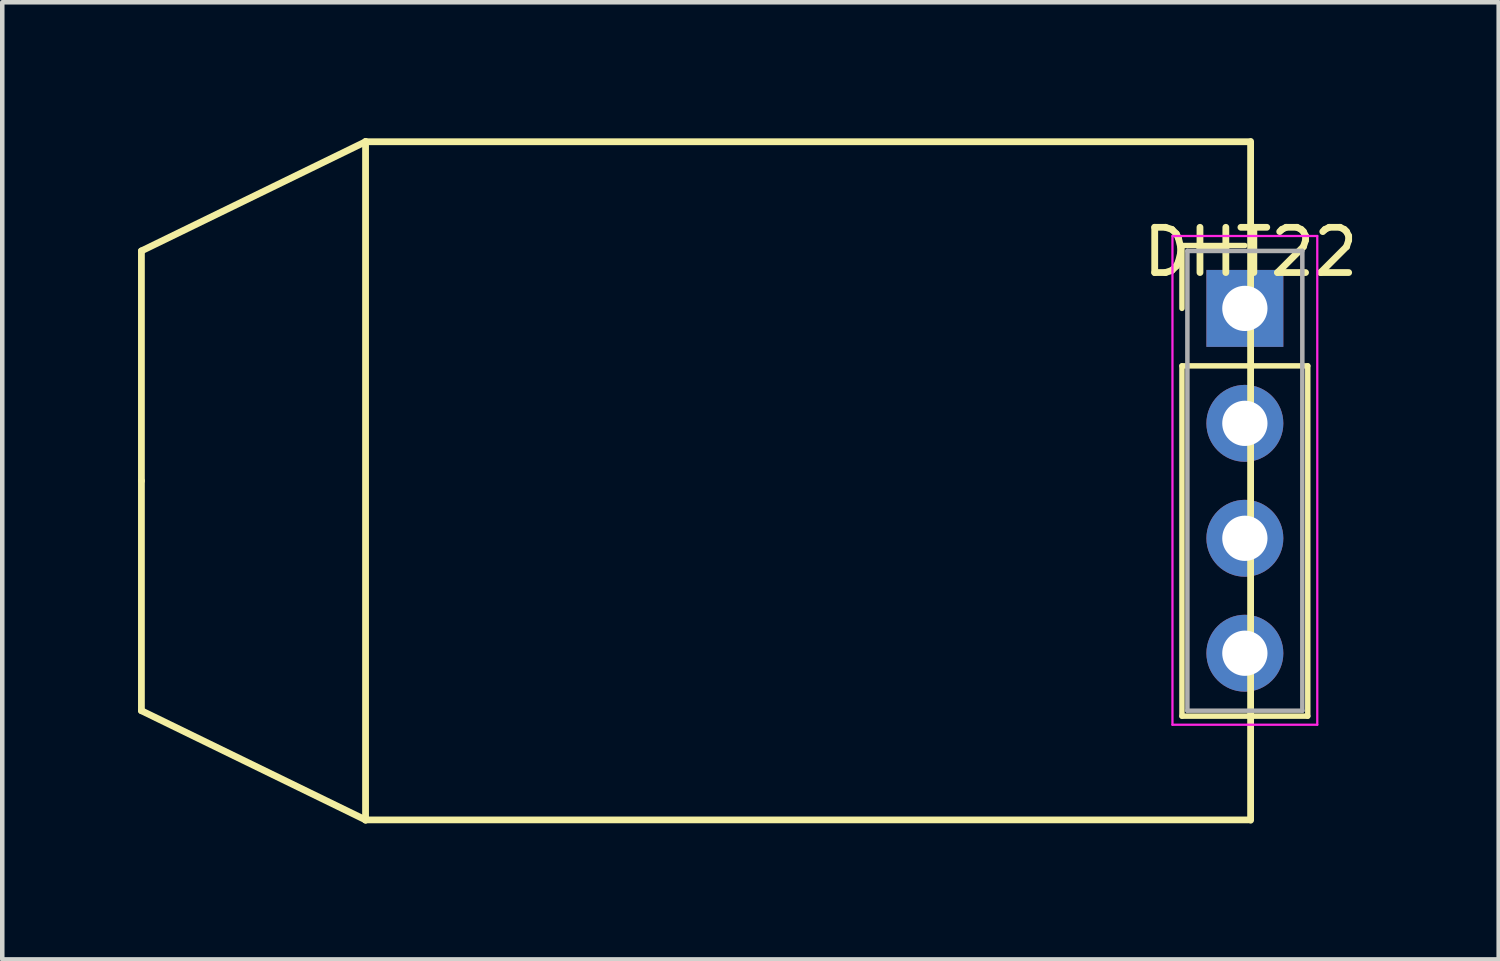
<source format=kicad_pcb>
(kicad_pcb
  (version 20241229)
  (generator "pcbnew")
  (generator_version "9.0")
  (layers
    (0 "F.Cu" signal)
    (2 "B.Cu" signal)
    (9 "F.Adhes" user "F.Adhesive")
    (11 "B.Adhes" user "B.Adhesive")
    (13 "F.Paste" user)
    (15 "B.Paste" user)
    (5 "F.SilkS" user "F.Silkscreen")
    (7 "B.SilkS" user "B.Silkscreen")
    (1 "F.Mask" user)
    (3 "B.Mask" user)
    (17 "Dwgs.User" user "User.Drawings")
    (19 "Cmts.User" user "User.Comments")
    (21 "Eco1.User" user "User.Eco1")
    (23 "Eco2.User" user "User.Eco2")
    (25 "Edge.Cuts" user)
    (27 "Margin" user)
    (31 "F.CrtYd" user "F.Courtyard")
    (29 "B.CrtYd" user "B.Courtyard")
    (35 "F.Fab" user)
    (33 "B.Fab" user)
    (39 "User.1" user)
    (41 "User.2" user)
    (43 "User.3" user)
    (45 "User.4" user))
  (footprint "DHT22"
    (layer "F.Cu")
    (at 26.364 7.575)
    (property "Reference" "DHT22" (at -1.778 -5.057 0) (layer "F.SilkS") (effects (font (size 1 1) (thickness 0.15))))
    (attr through_hole)
    (fp_line (start -26.289 -5.08) (end -21.336 -7.493) (stroke (width 0.15) (type solid)) (layer "F.SilkS"))
    (fp_line (start -26.289 0) (end -26.289 -5.08) (stroke (width 0.15) (type solid)) (layer "F.SilkS"))
    (fp_line (start -26.289 0) (end -26.289 5.08) (stroke (width 0.15) (type solid)) (layer "F.SilkS"))
    (fp_line (start -26.289 5.08) (end -21.336 7.493) (stroke (width 0.15) (type solid)) (layer "F.SilkS"))
    (fp_line (start -21.336 -7.5) (end -21.336 7.5) (stroke (width 0.15) (type solid)) (layer "F.SilkS"))
    (fp_line (start -21.336 -7.493) (end -1.836 -7.493) (stroke (width 0.15) (type solid)) (layer "F.SilkS"))
    (fp_line (start -21.336 7.493) (end -1.836 7.493) (stroke (width 0.15) (type solid)) (layer "F.SilkS"))
    (fp_line (start -3.295 -5.2) (end -1.905 -5.2) (stroke (width 0.12) (type solid)) (layer "F.SilkS"))
    (fp_line (start -3.295 -3.81) (end -3.295 -5.2) (stroke (width 0.12) (type solid)) (layer "F.SilkS"))
    (fp_line (start -3.295 -2.54) (end -3.295 5.2) (stroke (width 0.12) (type solid)) (layer "F.SilkS"))
    (fp_line (start -3.295 5.2) (end -0.515 5.2) (stroke (width 0.12) (type solid)) (layer "F.SilkS"))
    (fp_line (start -1.778 -7.5) (end -1.778 7.5) (stroke (width 0.15) (type solid)) (layer "F.SilkS"))
    (fp_line (start -0.515 -2.54) (end -3.295 -2.54) (stroke (width 0.12) (type solid)) (layer "F.SilkS"))
    (fp_line (start -0.515 5.2) (end -0.515 -2.54) (stroke (width 0.12) (type solid)) (layer "F.SilkS"))
    (fp_line (start -3.505 -5.41) (end -3.505 5.39) (stroke (width 0.05) (type solid)) (layer "F.CrtYd"))
    (fp_line (start -3.505 5.39) (end -0.305 5.39) (stroke (width 0.05) (type solid)) (layer "F.CrtYd"))
    (fp_line (start -0.305 -5.41) (end -3.505 -5.41) (stroke (width 0.05) (type solid)) (layer "F.CrtYd"))
    (fp_line (start -0.305 5.39) (end -0.305 -5.41) (stroke (width 0.05) (type solid)) (layer "F.CrtYd"))
    (fp_line (start -3.175 -5.08) (end -3.175 5.08) (stroke (width 0.1) (type solid)) (layer "F.Fab"))
    (fp_line (start -3.175 5.08) (end -0.635 5.08) (stroke (width 0.1) (type solid)) (layer "F.Fab"))
    (fp_line (start -0.635 -5.08) (end -3.175 -5.08) (stroke (width 0.1) (type solid)) (layer "F.Fab"))
    (fp_line (start -0.635 5.08) (end -0.635 -5.08) (stroke (width 0.1) (type solid)) (layer "F.Fab"))
    (pad "1" thru_hole rect (at -1.905 -3.81) (size 1.7 1.7) (drill 1) (layers "*.Cu" "*.Mask"))
    (pad "2" thru_hole oval (at -1.905 -1.27) (size 1.7 1.7) (drill 1) (layers "*.Cu" "*.Mask"))
    (pad "3" thru_hole oval (at -1.905 1.27) (size 1.7 1.7) (drill 1) (layers "*.Cu" "*.Mask"))
    (pad "4" thru_hole oval (at -1.905 3.81) (size 1.7 1.7) (drill 1) (layers "*.Cu" "*.Mask")))
  (gr_rect
    (start -3 -3)
    (end 30.068 18.15)
    (stroke (width 0.1) (type default))
    (fill no)
    (layer "Edge.Cuts")))
</source>
